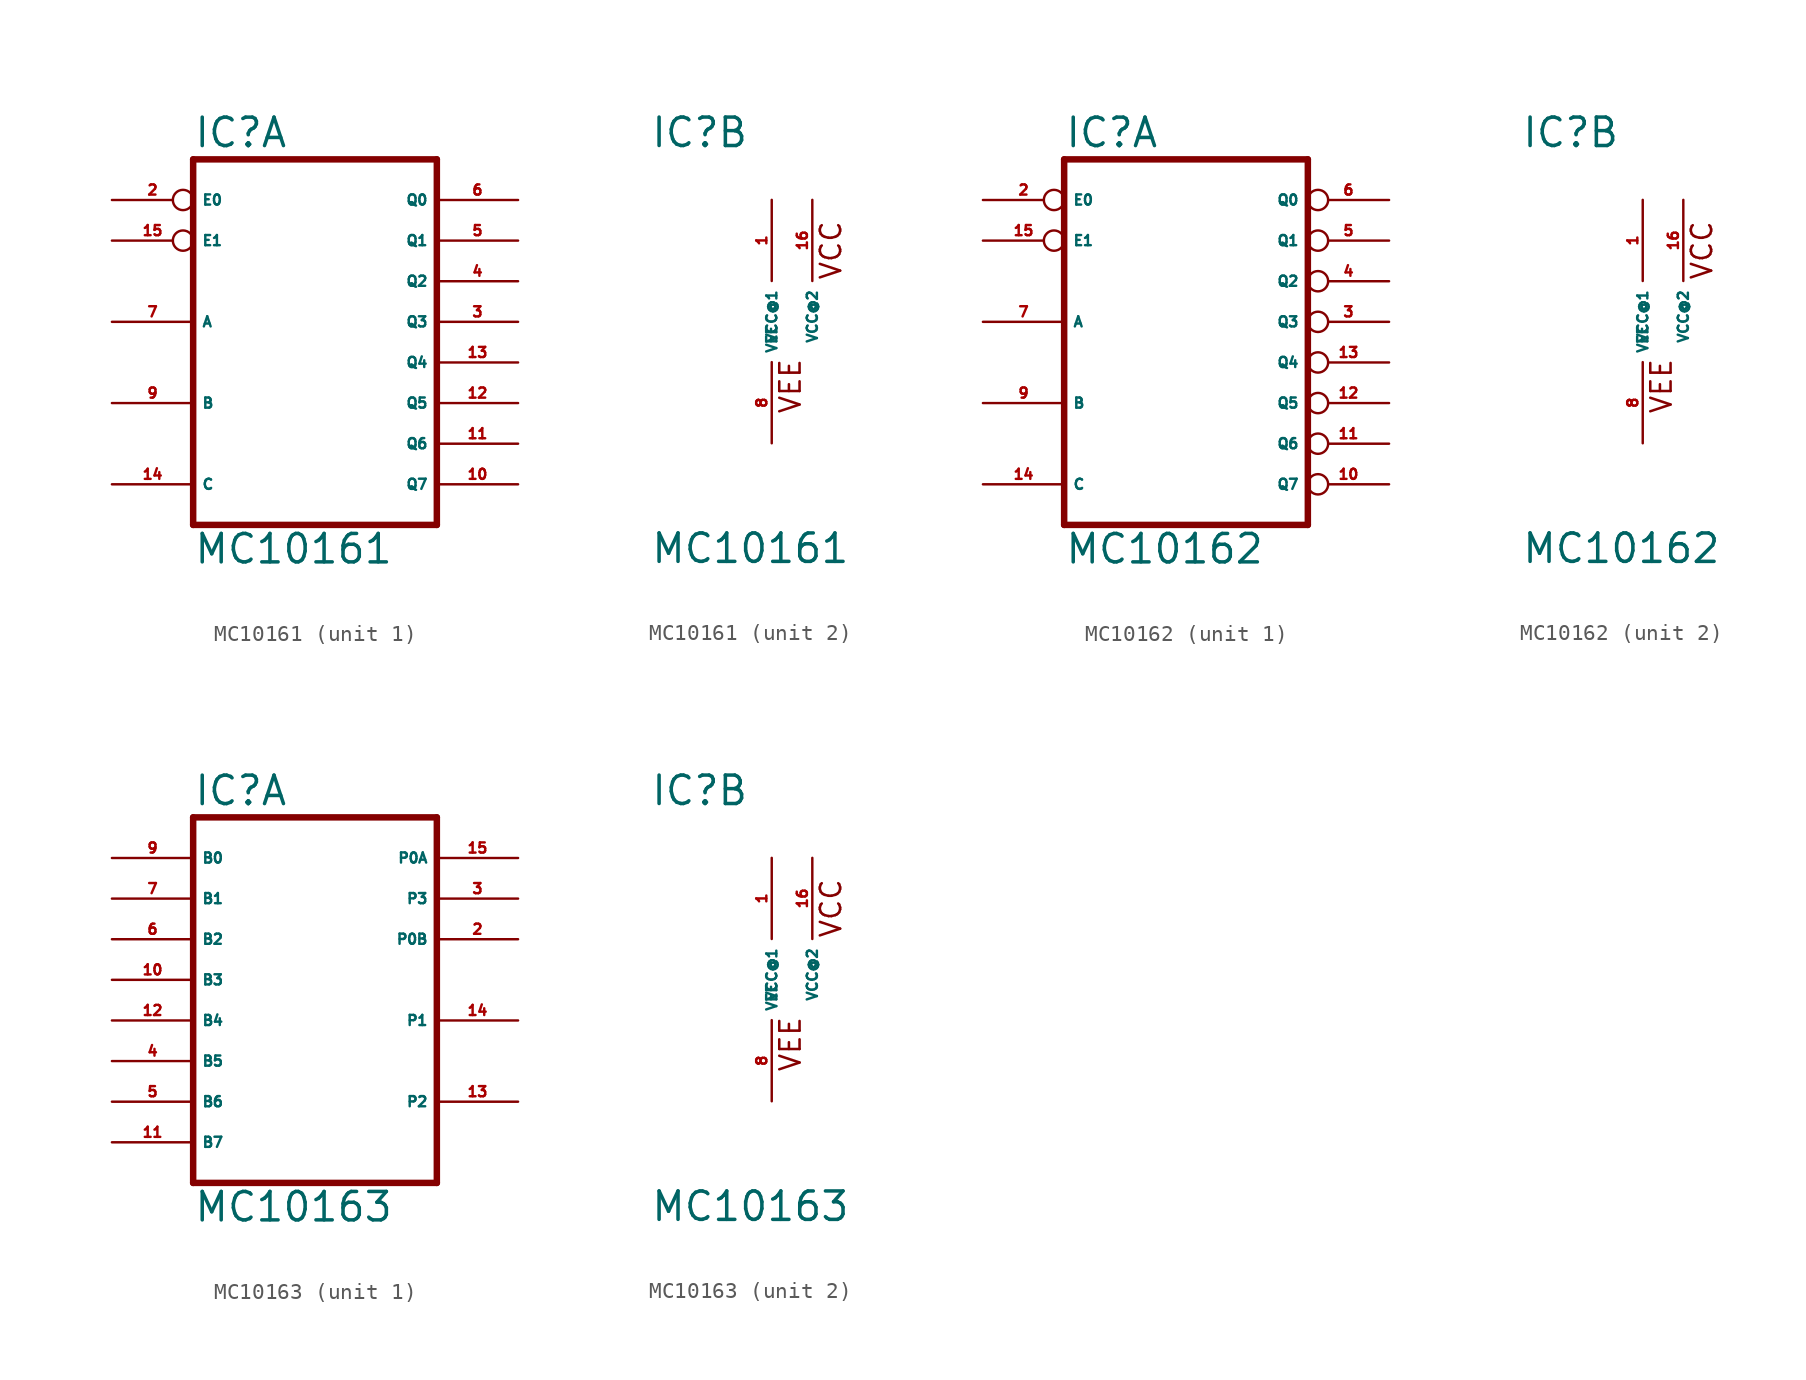
<source format=kicad_sym>
(kicad_symbol_lib
  (version 20220914)
  (generator Eagle2Kicad)
  (symbol "MC10161"
    (property "Reference" "IC"
      (at -7.62 10.795 0)
      (effects (font (size 1.778 1.778) (thickness 0.22)) (justify left bottom)))
    (property "Value" "MC10161"
      (at -7.62 -15.24 0)
      (effects (font (size 1.778 1.778) (thickness 0.22)) (justify left bottom)))
    (symbol "MC10161_1_0"
      (polyline (pts (xy -7.62 -12.7) (xy 7.62 -12.7)) (stroke (width 0.406) (type default)) (fill (type none)))
      (polyline (pts (xy 7.62 -12.7) (xy 7.62 10.16)) (stroke (width 0.406) (type default)) (fill (type none)))
      (polyline (pts (xy 7.62 10.16) (xy -7.62 10.16)) (stroke (width 0.406) (type default)) (fill (type none)))
      (polyline (pts (xy -7.62 10.16) (xy -7.62 -12.7)) (stroke (width 0.406) (type default)) (fill (type none)))
      (pin input inverted (at -12.7 7.62 0) (length 5.08) (name "E0" (effects (font (size 0.635 0.635) (thickness 0.08)) (justify left bottom))) (number "2" (effects (font (size 0.635 0.635) (thickness 0.08)) (justify left bottom))))
      (pin output line (at 12.7 0 180) (length 5.08) (name "Q3" (effects (font (size 0.635 0.635) (thickness 0.08)) (justify left bottom))) (number "3" (effects (font (size 0.635 0.635) (thickness 0.08)) (justify left bottom))))
      (pin output line (at 12.7 2.54 180) (length 5.08) (name "Q2" (effects (font (size 0.635 0.635) (thickness 0.08)) (justify left bottom))) (number "4" (effects (font (size 0.635 0.635) (thickness 0.08)) (justify left bottom))))
      (pin output line (at 12.7 5.08 180) (length 5.08) (name "Q1" (effects (font (size 0.635 0.635) (thickness 0.08)) (justify left bottom))) (number "5" (effects (font (size 0.635 0.635) (thickness 0.08)) (justify left bottom))))
      (pin output line (at 12.7 7.62 180) (length 5.08) (name "Q0" (effects (font (size 0.635 0.635) (thickness 0.08)) (justify left bottom))) (number "6" (effects (font (size 0.635 0.635) (thickness 0.08)) (justify left bottom))))
      (pin input line (at -12.7 0 0) (length 5.08) (name "A" (effects (font (size 0.635 0.635) (thickness 0.08)) (justify left bottom))) (number "7" (effects (font (size 0.635 0.635) (thickness 0.08)) (justify left bottom))))
      (pin input line (at -12.7 -5.08 0) (length 5.08) (name "B" (effects (font (size 0.635 0.635) (thickness 0.08)) (justify left bottom))) (number "9" (effects (font (size 0.635 0.635) (thickness 0.08)) (justify left bottom))))
      (pin output line (at 12.7 -10.16 180) (length 5.08) (name "Q7" (effects (font (size 0.635 0.635) (thickness 0.08)) (justify left bottom))) (number "10" (effects (font (size 0.635 0.635) (thickness 0.08)) (justify left bottom))))
      (pin output line (at 12.7 -7.62 180) (length 5.08) (name "Q6" (effects (font (size 0.635 0.635) (thickness 0.08)) (justify left bottom))) (number "11" (effects (font (size 0.635 0.635) (thickness 0.08)) (justify left bottom))))
      (pin output line (at 12.7 -5.08 180) (length 5.08) (name "Q5" (effects (font (size 0.635 0.635) (thickness 0.08)) (justify left bottom))) (number "12" (effects (font (size 0.635 0.635) (thickness 0.08)) (justify left bottom))))
      (pin output line (at 12.7 -2.54 180) (length 5.08) (name "Q4" (effects (font (size 0.635 0.635) (thickness 0.08)) (justify left bottom))) (number "13" (effects (font (size 0.635 0.635) (thickness 0.08)) (justify left bottom))))
      (pin input line (at -12.7 -10.16 0) (length 5.08) (name "C" (effects (font (size 0.635 0.635) (thickness 0.08)) (justify left bottom))) (number "14" (effects (font (size 0.635 0.635) (thickness 0.08)) (justify left bottom))))
      (pin input inverted (at -12.7 5.08 0) (length 5.08) (name "E1" (effects (font (size 0.635 0.635) (thickness 0.08)) (justify left bottom))) (number "15" (effects (font (size 0.635 0.635) (thickness 0.08)) (justify left bottom)))))
    (symbol "MC10161_2_0"
      (text "VCC" (at 4.445 2.54 900) (effects (font (size 1.27 1.27) (thickness 0.16)) (justify left bottom)))
      (text "VEE" (at 1.905 -5.842 900) (effects (font (size 1.27 1.27) (thickness 0.16)) (justify left bottom)))
      (pin unspecified line (at 0 -7.62 90) (length 5.08) (name "VEE" (effects (font (size 0.635 0.635) (thickness 0.08)) (justify left bottom))) (number "8" (effects (font (size 0.635 0.635) (thickness 0.08)) (justify left bottom))))
      (pin unspecified line (at 0 7.62 270) (length 5.08) (name "VCC@1" (effects (font (size 0.635 0.635) (thickness 0.08)) (justify left bottom))) (number "1" (effects (font (size 0.635 0.635) (thickness 0.08)) (justify left bottom))))
      (pin unspecified line (at 2.54 7.62 270) (length 5.08) (name "VCC@2" (effects (font (size 0.635 0.635) (thickness 0.08)) (justify left bottom))) (number "16" (effects (font (size 0.635 0.635) (thickness 0.08)) (justify left bottom))))))
  (symbol "MC10162"
    (property "Reference" "IC"
      (at -7.62 10.795 0)
      (effects (font (size 1.778 1.778) (thickness 0.22)) (justify left bottom)))
    (property "Value" "MC10162"
      (at -7.62 -15.24 0)
      (effects (font (size 1.778 1.778) (thickness 0.22)) (justify left bottom)))
    (symbol "MC10162_1_0"
      (polyline (pts (xy -7.62 -12.7) (xy 7.62 -12.7)) (stroke (width 0.406) (type default)) (fill (type none)))
      (polyline (pts (xy 7.62 -12.7) (xy 7.62 10.16)) (stroke (width 0.406) (type default)) (fill (type none)))
      (polyline (pts (xy 7.62 10.16) (xy -7.62 10.16)) (stroke (width 0.406) (type default)) (fill (type none)))
      (polyline (pts (xy -7.62 10.16) (xy -7.62 -12.7)) (stroke (width 0.406) (type default)) (fill (type none)))
      (pin input inverted (at -12.7 7.62 0) (length 5.08) (name "E0" (effects (font (size 0.635 0.635) (thickness 0.08)) (justify left bottom))) (number "2" (effects (font (size 0.635 0.635) (thickness 0.08)) (justify left bottom))))
      (pin output inverted (at 12.7 0 180) (length 5.08) (name "Q3" (effects (font (size 0.635 0.635) (thickness 0.08)) (justify left bottom))) (number "3" (effects (font (size 0.635 0.635) (thickness 0.08)) (justify left bottom))))
      (pin output inverted (at 12.7 2.54 180) (length 5.08) (name "Q2" (effects (font (size 0.635 0.635) (thickness 0.08)) (justify left bottom))) (number "4" (effects (font (size 0.635 0.635) (thickness 0.08)) (justify left bottom))))
      (pin output inverted (at 12.7 5.08 180) (length 5.08) (name "Q1" (effects (font (size 0.635 0.635) (thickness 0.08)) (justify left bottom))) (number "5" (effects (font (size 0.635 0.635) (thickness 0.08)) (justify left bottom))))
      (pin output inverted (at 12.7 7.62 180) (length 5.08) (name "Q0" (effects (font (size 0.635 0.635) (thickness 0.08)) (justify left bottom))) (number "6" (effects (font (size 0.635 0.635) (thickness 0.08)) (justify left bottom))))
      (pin input line (at -12.7 0 0) (length 5.08) (name "A" (effects (font (size 0.635 0.635) (thickness 0.08)) (justify left bottom))) (number "7" (effects (font (size 0.635 0.635) (thickness 0.08)) (justify left bottom))))
      (pin input line (at -12.7 -5.08 0) (length 5.08) (name "B" (effects (font (size 0.635 0.635) (thickness 0.08)) (justify left bottom))) (number "9" (effects (font (size 0.635 0.635) (thickness 0.08)) (justify left bottom))))
      (pin output inverted (at 12.7 -10.16 180) (length 5.08) (name "Q7" (effects (font (size 0.635 0.635) (thickness 0.08)) (justify left bottom))) (number "10" (effects (font (size 0.635 0.635) (thickness 0.08)) (justify left bottom))))
      (pin output inverted (at 12.7 -7.62 180) (length 5.08) (name "Q6" (effects (font (size 0.635 0.635) (thickness 0.08)) (justify left bottom))) (number "11" (effects (font (size 0.635 0.635) (thickness 0.08)) (justify left bottom))))
      (pin output inverted (at 12.7 -5.08 180) (length 5.08) (name "Q5" (effects (font (size 0.635 0.635) (thickness 0.08)) (justify left bottom))) (number "12" (effects (font (size 0.635 0.635) (thickness 0.08)) (justify left bottom))))
      (pin output inverted (at 12.7 -2.54 180) (length 5.08) (name "Q4" (effects (font (size 0.635 0.635) (thickness 0.08)) (justify left bottom))) (number "13" (effects (font (size 0.635 0.635) (thickness 0.08)) (justify left bottom))))
      (pin input line (at -12.7 -10.16 0) (length 5.08) (name "C" (effects (font (size 0.635 0.635) (thickness 0.08)) (justify left bottom))) (number "14" (effects (font (size 0.635 0.635) (thickness 0.08)) (justify left bottom))))
      (pin input inverted (at -12.7 5.08 0) (length 5.08) (name "E1" (effects (font (size 0.635 0.635) (thickness 0.08)) (justify left bottom))) (number "15" (effects (font (size 0.635 0.635) (thickness 0.08)) (justify left bottom)))))
    (symbol "MC10162_2_0"
      (text "VCC" (at 4.445 2.54 900) (effects (font (size 1.27 1.27) (thickness 0.16)) (justify left bottom)))
      (text "VEE" (at 1.905 -5.842 900) (effects (font (size 1.27 1.27) (thickness 0.16)) (justify left bottom)))
      (pin unspecified line (at 0 -7.62 90) (length 5.08) (name "VEE" (effects (font (size 0.635 0.635) (thickness 0.08)) (justify left bottom))) (number "8" (effects (font (size 0.635 0.635) (thickness 0.08)) (justify left bottom))))
      (pin unspecified line (at 0 7.62 270) (length 5.08) (name "VCC@1" (effects (font (size 0.635 0.635) (thickness 0.08)) (justify left bottom))) (number "1" (effects (font (size 0.635 0.635) (thickness 0.08)) (justify left bottom))))
      (pin unspecified line (at 2.54 7.62 270) (length 5.08) (name "VCC@2" (effects (font (size 0.635 0.635) (thickness 0.08)) (justify left bottom))) (number "16" (effects (font (size 0.635 0.635) (thickness 0.08)) (justify left bottom))))))
  (symbol "MC10163"
    (property "Reference" "IC"
      (at -7.62 10.795 0)
      (effects (font (size 1.778 1.778) (thickness 0.22)) (justify left bottom)))
    (property "Value" "MC10163"
      (at -7.62 -15.24 0)
      (effects (font (size 1.778 1.778) (thickness 0.22)) (justify left bottom)))
    (symbol "MC10163_1_0"
      (polyline (pts (xy -7.62 -12.7) (xy 7.62 -12.7)) (stroke (width 0.406) (type default)) (fill (type none)))
      (polyline (pts (xy 7.62 -12.7) (xy 7.62 10.16)) (stroke (width 0.406) (type default)) (fill (type none)))
      (polyline (pts (xy 7.62 10.16) (xy -7.62 10.16)) (stroke (width 0.406) (type default)) (fill (type none)))
      (polyline (pts (xy -7.62 10.16) (xy -7.62 -12.7)) (stroke (width 0.406) (type default)) (fill (type none)))
      (pin output line (at 12.7 2.54 180) (length 5.08) (name "P0B" (effects (font (size 0.635 0.635) (thickness 0.08)) (justify left bottom))) (number "2" (effects (font (size 0.635 0.635) (thickness 0.08)) (justify left bottom))))
      (pin output line (at 12.7 5.08 180) (length 5.08) (name "P3" (effects (font (size 0.635 0.635) (thickness 0.08)) (justify left bottom))) (number "3" (effects (font (size 0.635 0.635) (thickness 0.08)) (justify left bottom))))
      (pin input line (at -12.7 -5.08 0) (length 5.08) (name "B5" (effects (font (size 0.635 0.635) (thickness 0.08)) (justify left bottom))) (number "4" (effects (font (size 0.635 0.635) (thickness 0.08)) (justify left bottom))))
      (pin input line (at -12.7 -7.62 0) (length 5.08) (name "B6" (effects (font (size 0.635 0.635) (thickness 0.08)) (justify left bottom))) (number "5" (effects (font (size 0.635 0.635) (thickness 0.08)) (justify left bottom))))
      (pin input line (at -12.7 2.54 0) (length 5.08) (name "B2" (effects (font (size 0.635 0.635) (thickness 0.08)) (justify left bottom))) (number "6" (effects (font (size 0.635 0.635) (thickness 0.08)) (justify left bottom))))
      (pin input line (at -12.7 5.08 0) (length 5.08) (name "B1" (effects (font (size 0.635 0.635) (thickness 0.08)) (justify left bottom))) (number "7" (effects (font (size 0.635 0.635) (thickness 0.08)) (justify left bottom))))
      (pin input line (at -12.7 7.62 0) (length 5.08) (name "B0" (effects (font (size 0.635 0.635) (thickness 0.08)) (justify left bottom))) (number "9" (effects (font (size 0.635 0.635) (thickness 0.08)) (justify left bottom))))
      (pin input line (at -12.7 0 0) (length 5.08) (name "B3" (effects (font (size 0.635 0.635) (thickness 0.08)) (justify left bottom))) (number "10" (effects (font (size 0.635 0.635) (thickness 0.08)) (justify left bottom))))
      (pin input line (at -12.7 -10.16 0) (length 5.08) (name "B7" (effects (font (size 0.635 0.635) (thickness 0.08)) (justify left bottom))) (number "11" (effects (font (size 0.635 0.635) (thickness 0.08)) (justify left bottom))))
      (pin input line (at -12.7 -2.54 0) (length 5.08) (name "B4" (effects (font (size 0.635 0.635) (thickness 0.08)) (justify left bottom))) (number "12" (effects (font (size 0.635 0.635) (thickness 0.08)) (justify left bottom))))
      (pin output line (at 12.7 -7.62 180) (length 5.08) (name "P2" (effects (font (size 0.635 0.635) (thickness 0.08)) (justify left bottom))) (number "13" (effects (font (size 0.635 0.635) (thickness 0.08)) (justify left bottom))))
      (pin output line (at 12.7 -2.54 180) (length 5.08) (name "P1" (effects (font (size 0.635 0.635) (thickness 0.08)) (justify left bottom))) (number "14" (effects (font (size 0.635 0.635) (thickness 0.08)) (justify left bottom))))
      (pin output line (at 12.7 7.62 180) (length 5.08) (name "P0A" (effects (font (size 0.635 0.635) (thickness 0.08)) (justify left bottom))) (number "15" (effects (font (size 0.635 0.635) (thickness 0.08)) (justify left bottom)))))
    (symbol "MC10163_2_0"
      (text "VCC" (at 4.445 2.54 900) (effects (font (size 1.27 1.27) (thickness 0.16)) (justify left bottom)))
      (text "VEE" (at 1.905 -5.842 900) (effects (font (size 1.27 1.27) (thickness 0.16)) (justify left bottom)))
      (pin unspecified line (at 0 -7.62 90) (length 5.08) (name "VEE" (effects (font (size 0.635 0.635) (thickness 0.08)) (justify left bottom))) (number "8" (effects (font (size 0.635 0.635) (thickness 0.08)) (justify left bottom))))
      (pin unspecified line (at 0 7.62 270) (length 5.08) (name "VCC@1" (effects (font (size 0.635 0.635) (thickness 0.08)) (justify left bottom))) (number "1" (effects (font (size 0.635 0.635) (thickness 0.08)) (justify left bottom))))
      (pin unspecified line (at 2.54 7.62 270) (length 5.08) (name "VCC@2" (effects (font (size 0.635 0.635) (thickness 0.08)) (justify left bottom))) (number "16" (effects (font (size 0.635 0.635) (thickness 0.08)) (justify left bottom)))))))
</source>
